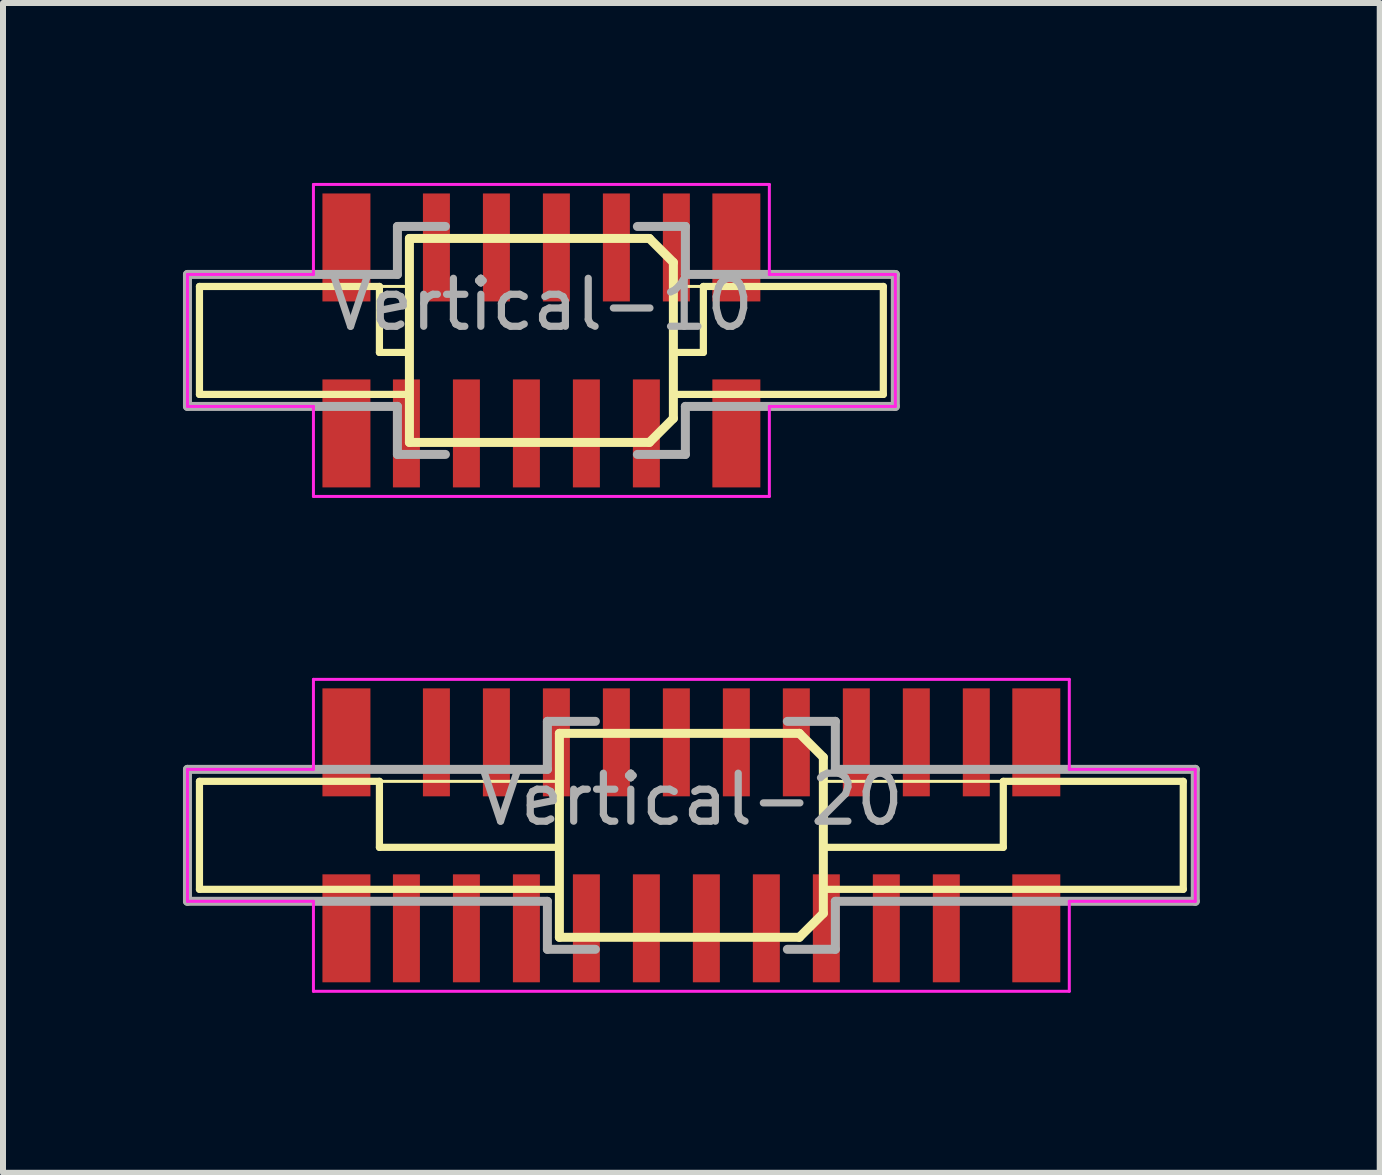
<source format=kicad_pcb>
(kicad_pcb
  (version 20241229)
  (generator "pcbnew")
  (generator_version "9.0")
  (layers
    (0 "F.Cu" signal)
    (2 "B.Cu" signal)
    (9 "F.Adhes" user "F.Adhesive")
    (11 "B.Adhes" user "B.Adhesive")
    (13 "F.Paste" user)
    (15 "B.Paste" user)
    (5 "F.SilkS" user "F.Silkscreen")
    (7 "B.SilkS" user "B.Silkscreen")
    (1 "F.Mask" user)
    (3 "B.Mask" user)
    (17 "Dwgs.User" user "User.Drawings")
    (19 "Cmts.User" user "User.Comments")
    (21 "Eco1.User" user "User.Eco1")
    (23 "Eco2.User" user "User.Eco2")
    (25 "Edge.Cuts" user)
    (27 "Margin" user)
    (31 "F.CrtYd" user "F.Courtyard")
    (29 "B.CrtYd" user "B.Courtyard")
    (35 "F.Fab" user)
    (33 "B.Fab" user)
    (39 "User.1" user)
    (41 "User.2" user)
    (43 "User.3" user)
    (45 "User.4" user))
  (footprint "Vertical-20"
    (layer "F.Cu")
    (at 8.475 10.875)
    (property "Reference" "Vertical-20" (at 0 -0.6 0) (layer "F.Fab") (effects (font (size 0.8 0.8) (thickness 0.12))))
    (attr through_hole)
    (fp_line (start -8.2 -0.9) (end -8.2 0.9) (stroke (width 0.12) (type solid)) (layer "F.SilkS"))
    (fp_line (start -8.2 -0.9) (end -5.2 -0.9) (stroke (width 0.12) (type solid)) (layer "F.SilkS"))
    (fp_line (start -8.2 0.9) (end -2.2 0.9) (stroke (width 0.12) (type solid)) (layer "F.SilkS"))
    (fp_line (start -5.2 -0.9) (end -5.2 0.2) (stroke (width 0.12) (type solid)) (layer "F.SilkS"))
    (fp_line (start -5.2 -0.9) (end -2.2 -0.9) (stroke (width 0.05) (type solid)) (layer "F.SilkS"))
    (fp_line (start -5.2 0.2) (end -2.2 0.2) (stroke (width 0.12) (type solid)) (layer "F.SilkS"))
    (fp_line (start -2.2 1.7) (end -2.2 -1.7) (stroke (width 0.15) (type solid)) (layer "F.SilkS"))
    (fp_line (start 1.8 -1.7) (end -2.2 -1.7) (stroke (width 0.15) (type solid)) (layer "F.SilkS"))
    (fp_line (start 1.8 1.7) (end -2.2 1.7) (stroke (width 0.15) (type solid)) (layer "F.SilkS"))
    (fp_line (start 2.2 -1.3) (end 1.8 -1.7) (stroke (width 0.15) (type solid)) (layer "F.SilkS"))
    (fp_line (start 2.2 -0.9) (end 5.2 -0.9) (stroke (width 0.05) (type solid)) (layer "F.SilkS"))
    (fp_line (start 2.2 0.2) (end 5.2 0.2) (stroke (width 0.12) (type solid)) (layer "F.SilkS"))
    (fp_line (start 2.2 0.9) (end 8.2 0.9) (stroke (width 0.12) (type solid)) (layer "F.SilkS"))
    (fp_line (start 2.2 1.3) (end 1.8 1.7) (stroke (width 0.15) (type solid)) (layer "F.SilkS"))
    (fp_line (start 2.2 1.3) (end 2.2 -1.3) (stroke (width 0.15) (type solid)) (layer "F.SilkS"))
    (fp_line (start 5.2 -0.9) (end 5.2 0.2) (stroke (width 0.12) (type solid)) (layer "F.SilkS"))
    (fp_line (start 5.2 -0.9) (end 8.2 -0.9) (stroke (width 0.12) (type solid)) (layer "F.SilkS"))
    (fp_line (start 8.2 -0.9) (end 8.2 0.9) (stroke (width 0.12) (type solid)) (layer "F.SilkS"))
    (fp_line (start -8.4 1.1) (end -8.4 -1.1) (stroke (width 0.05) (type solid)) (layer "F.CrtYd"))
    (fp_line (start -6.3 -2.6) (end -6.3 -1.1) (stroke (width 0.05) (type solid)) (layer "F.CrtYd"))
    (fp_line (start -6.3 -2.6) (end 6.3 -2.6) (stroke (width 0.05) (type solid)) (layer "F.CrtYd"))
    (fp_line (start -6.3 -1.1) (end -8.4 -1.1) (stroke (width 0.05) (type solid)) (layer "F.CrtYd"))
    (fp_line (start -6.3 1.1) (end -8.4 1.1) (stroke (width 0.05) (type solid)) (layer "F.CrtYd"))
    (fp_line (start -6.3 1.1) (end -6.3 2.6) (stroke (width 0.05) (type solid)) (layer "F.CrtYd"))
    (fp_line (start -6.3 2.6) (end 6.3 2.6) (stroke (width 0.05) (type solid)) (layer "F.CrtYd"))
    (fp_line (start 6.3 -1.1) (end 6.3 -2.6) (stroke (width 0.05) (type solid)) (layer "F.CrtYd"))
    (fp_line (start 6.3 1.1) (end 6.3 2.6) (stroke (width 0.05) (type solid)) (layer "F.CrtYd"))
    (fp_line (start 8.4 -1.1) (end 6.3 -1.1) (stroke (width 0.05) (type solid)) (layer "F.CrtYd"))
    (fp_line (start 8.4 -1.1) (end 8.4 1.1) (stroke (width 0.05) (type solid)) (layer "F.CrtYd"))
    (fp_line (start 8.4 1.1) (end 6.3 1.1) (stroke (width 0.05) (type solid)) (layer "F.CrtYd"))
    (fp_line (start -8.4 -1.1) (end -2.4 -1.1) (stroke (width 0.15) (type solid)) (layer "F.Fab"))
    (fp_line (start -8.4 1.1) (end -8.4 -1.1) (stroke (width 0.15) (type solid)) (layer "F.Fab"))
    (fp_line (start -8.4 1.1) (end -2.4 1.1) (stroke (width 0.15) (type solid)) (layer "F.Fab"))
    (fp_line (start -2.4 -1.9) (end -2.4 -1.1) (stroke (width 0.15) (type solid)) (layer "F.Fab"))
    (fp_line (start -2.4 1.1) (end -2.4 1.9) (stroke (width 0.15) (type solid)) (layer "F.Fab"))
    (fp_line (start -1.6 -1.9) (end -2.4 -1.9) (stroke (width 0.15) (type solid)) (layer "F.Fab"))
    (fp_line (start -1.6 1.9) (end -2.4 1.9) (stroke (width 0.15) (type solid)) (layer "F.Fab"))
    (fp_line (start 2.4 -1.9) (end 1.6 -1.9) (stroke (width 0.15) (type solid)) (layer "F.Fab"))
    (fp_line (start 2.4 -1.9) (end 2.4 -1.1) (stroke (width 0.15) (type solid)) (layer "F.Fab"))
    (fp_line (start 2.4 -1.1) (end 8.4 -1.1) (stroke (width 0.15) (type solid)) (layer "F.Fab"))
    (fp_line (start 2.4 1.1) (end 2.4 1.9) (stroke (width 0.15) (type solid)) (layer "F.Fab"))
    (fp_line (start 2.4 1.1) (end 8.4 1.1) (stroke (width 0.15) (type solid)) (layer "F.Fab"))
    (fp_line (start 2.4 1.9) (end 1.6 1.9) (stroke (width 0.15) (type solid)) (layer "F.Fab"))
    (fp_line (start 8.4 1.1) (end 8.4 -1.1) (stroke (width 0.15) (type solid)) (layer "F.Fab"))
    (pad "0" smd rect (at -5.75 -1.55) (size 0.8 1.8) (layers "F.Cu" "F.Mask" "F.Paste"))
    (pad "0" smd rect (at -5.75 1.55) (size 0.8 1.8) (layers "F.Cu" "F.Mask" "F.Paste"))
    (pad "0" smd rect (at 5.75 -1.55) (size 0.8 1.8) (layers "F.Cu" "F.Mask" "F.Paste"))
    (pad "0" smd rect (at 5.75 1.55) (size 0.8 1.8) (layers "F.Cu" "F.Mask" "F.Paste"))
    (pad "1" smd rect (at -4.75 1.55) (size 0.45 1.8) (layers "F.Cu" "F.Mask" "F.Paste"))
    (pad "2" smd rect (at -4.25 -1.55) (size 0.45 1.8) (layers "F.Cu" "F.Mask" "F.Paste"))
    (pad "3" smd rect (at -3.75 1.55) (size 0.45 1.8) (layers "F.Cu" "F.Mask" "F.Paste"))
    (pad "4" smd rect (at -3.25 -1.55) (size 0.45 1.8) (layers "F.Cu" "F.Mask" "F.Paste"))
    (pad "5" smd rect (at -2.75 1.55) (size 0.45 1.8) (layers "F.Cu" "F.Mask" "F.Paste"))
    (pad "6" smd rect (at -2.25 -1.55) (size 0.45 1.8) (layers "F.Cu" "F.Mask" "F.Paste"))
    (pad "7" smd rect (at -1.75 1.55) (size 0.45 1.8) (layers "F.Cu" "F.Mask" "F.Paste"))
    (pad "8" smd rect (at -1.25 -1.55) (size 0.45 1.8) (layers "F.Cu" "F.Mask" "F.Paste"))
    (pad "9" smd rect (at -0.75 1.55) (size 0.45 1.8) (layers "F.Cu" "F.Mask" "F.Paste"))
    (pad "10" smd rect (at -0.25 -1.55) (size 0.45 1.8) (layers "F.Cu" "F.Mask" "F.Paste"))
    (pad "11" smd rect (at 0.25 1.55) (size 0.45 1.8) (layers "F.Cu" "F.Mask" "F.Paste"))
    (pad "12" smd rect (at 0.75 -1.55) (size 0.45 1.8) (layers "F.Cu" "F.Mask" "F.Paste"))
    (pad "13" smd rect (at 1.25 1.55) (size 0.45 1.8) (layers "F.Cu" "F.Mask" "F.Paste"))
    (pad "14" smd rect (at 1.75 -1.55) (size 0.45 1.8) (layers "F.Cu" "F.Mask" "F.Paste"))
    (pad "15" smd rect (at 2.25 1.55) (size 0.45 1.8) (layers "F.Cu" "F.Mask" "F.Paste"))
    (pad "16" smd rect (at 2.75 -1.55) (size 0.45 1.8) (layers "F.Cu" "F.Mask" "F.Paste"))
    (pad "17" smd rect (at 3.25 1.55) (size 0.45 1.8) (layers "F.Cu" "F.Mask" "F.Paste"))
    (pad "18" smd rect (at 3.75 -1.55) (size 0.45 1.8) (layers "F.Cu" "F.Mask" "F.Paste"))
    (pad "19" smd rect (at 4.25 1.55) (size 0.45 1.8) (layers "F.Cu" "F.Mask" "F.Paste"))
    (pad "20" smd rect (at 4.75 -1.55) (size 0.45 1.8) (layers "F.Cu" "F.Mask" "F.Paste")))
  (footprint "Vertical-10"
    (layer "F.Cu")
    (at 5.975 2.625)
    (property "Reference" "Vertical-10" (at 0 -0.6 0) (layer "F.Fab") (effects (font (size 0.8 0.8) (thickness 0.12))))
    (attr through_hole)
    (fp_line (start -5.7 -0.9) (end -5.7 0.9) (stroke (width 0.12) (type solid)) (layer "F.SilkS"))
    (fp_line (start -5.7 -0.9) (end -2.7 -0.9) (stroke (width 0.12) (type solid)) (layer "F.SilkS"))
    (fp_line (start -5.7 0.9) (end -2.2 0.9) (stroke (width 0.12) (type solid)) (layer "F.SilkS"))
    (fp_line (start -2.7 -0.9) (end -2.7 0.2) (stroke (width 0.12) (type solid)) (layer "F.SilkS"))
    (fp_line (start -2.7 -0.9) (end -2.2 -0.9) (stroke (width 0.05) (type solid)) (layer "F.SilkS"))
    (fp_line (start -2.7 0.2) (end -2.2 0.2) (stroke (width 0.12) (type solid)) (layer "F.SilkS"))
    (fp_line (start -2.2 1.7) (end -2.2 -1.7) (stroke (width 0.15) (type solid)) (layer "F.SilkS"))
    (fp_line (start 1.8 -1.7) (end -2.2 -1.7) (stroke (width 0.15) (type solid)) (layer "F.SilkS"))
    (fp_line (start 1.8 1.7) (end -2.2 1.7) (stroke (width 0.15) (type solid)) (layer "F.SilkS"))
    (fp_line (start 2.2 -1.3) (end 1.8 -1.7) (stroke (width 0.15) (type solid)) (layer "F.SilkS"))
    (fp_line (start 2.2 -0.9) (end 2.7 -0.9) (stroke (width 0.05) (type solid)) (layer "F.SilkS"))
    (fp_line (start 2.2 0.2) (end 2.7 0.2) (stroke (width 0.12) (type solid)) (layer "F.SilkS"))
    (fp_line (start 2.2 0.9) (end 5.7 0.9) (stroke (width 0.12) (type solid)) (layer "F.SilkS"))
    (fp_line (start 2.2 1.3) (end 1.8 1.7) (stroke (width 0.15) (type solid)) (layer "F.SilkS"))
    (fp_line (start 2.2 1.3) (end 2.2 -1.3) (stroke (width 0.15) (type solid)) (layer "F.SilkS"))
    (fp_line (start 2.7 -0.9) (end 2.7 0.2) (stroke (width 0.12) (type solid)) (layer "F.SilkS"))
    (fp_line (start 2.7 -0.9) (end 5.7 -0.9) (stroke (width 0.12) (type solid)) (layer "F.SilkS"))
    (fp_line (start 5.7 -0.9) (end 5.7 0.9) (stroke (width 0.12) (type solid)) (layer "F.SilkS"))
    (fp_line (start -5.9 1.1) (end -5.9 -1.1) (stroke (width 0.05) (type solid)) (layer "F.CrtYd"))
    (fp_line (start -3.8 -2.6) (end -3.8 -1.1) (stroke (width 0.05) (type solid)) (layer "F.CrtYd"))
    (fp_line (start -3.8 -2.6) (end 3.8 -2.6) (stroke (width 0.05) (type solid)) (layer "F.CrtYd"))
    (fp_line (start -3.8 -1.1) (end -5.9 -1.1) (stroke (width 0.05) (type solid)) (layer "F.CrtYd"))
    (fp_line (start -3.8 1.1) (end -5.9 1.1) (stroke (width 0.05) (type solid)) (layer "F.CrtYd"))
    (fp_line (start -3.8 1.1) (end -3.8 2.6) (stroke (width 0.05) (type solid)) (layer "F.CrtYd"))
    (fp_line (start -3.8 2.6) (end 3.8 2.6) (stroke (width 0.05) (type solid)) (layer "F.CrtYd"))
    (fp_line (start 3.8 -1.1) (end 3.8 -2.6) (stroke (width 0.05) (type solid)) (layer "F.CrtYd"))
    (fp_line (start 3.8 1.1) (end 3.8 2.6) (stroke (width 0.05) (type solid)) (layer "F.CrtYd"))
    (fp_line (start 5.9 -1.1) (end 3.8 -1.1) (stroke (width 0.05) (type solid)) (layer "F.CrtYd"))
    (fp_line (start 5.9 -1.1) (end 5.9 1.1) (stroke (width 0.05) (type solid)) (layer "F.CrtYd"))
    (fp_line (start 5.9 1.1) (end 3.8 1.1) (stroke (width 0.05) (type solid)) (layer "F.CrtYd"))
    (fp_line (start -5.9 -1.1) (end -2.4 -1.1) (stroke (width 0.15) (type solid)) (layer "F.Fab"))
    (fp_line (start -5.9 1.1) (end -5.9 -1.1) (stroke (width 0.15) (type solid)) (layer "F.Fab"))
    (fp_line (start -5.9 1.1) (end -2.4 1.1) (stroke (width 0.15) (type solid)) (layer "F.Fab"))
    (fp_line (start -2.4 -1.9) (end -2.4 -1.1) (stroke (width 0.15) (type solid)) (layer "F.Fab"))
    (fp_line (start -2.4 1.1) (end -2.4 1.9) (stroke (width 0.15) (type solid)) (layer "F.Fab"))
    (fp_line (start -1.6 -1.9) (end -2.4 -1.9) (stroke (width 0.15) (type solid)) (layer "F.Fab"))
    (fp_line (start -1.6 1.9) (end -2.4 1.9) (stroke (width 0.15) (type solid)) (layer "F.Fab"))
    (fp_line (start 2.4 -1.9) (end 1.6 -1.9) (stroke (width 0.15) (type solid)) (layer "F.Fab"))
    (fp_line (start 2.4 -1.9) (end 2.4 -1.1) (stroke (width 0.15) (type solid)) (layer "F.Fab"))
    (fp_line (start 2.4 -1.1) (end 5.9 -1.1) (stroke (width 0.15) (type solid)) (layer "F.Fab"))
    (fp_line (start 2.4 1.1) (end 2.4 1.9) (stroke (width 0.15) (type solid)) (layer "F.Fab"))
    (fp_line (start 2.4 1.1) (end 5.9 1.1) (stroke (width 0.15) (type solid)) (layer "F.Fab"))
    (fp_line (start 2.4 1.9) (end 1.6 1.9) (stroke (width 0.15) (type solid)) (layer "F.Fab"))
    (fp_line (start 5.9 1.1) (end 5.9 -1.1) (stroke (width 0.15) (type solid)) (layer "F.Fab"))
    (pad "0" smd rect (at -3.25 -1.55) (size 0.8 1.8) (layers "F.Cu" "F.Mask" "F.Paste"))
    (pad "0" smd rect (at -3.25 1.55) (size 0.8 1.8) (layers "F.Cu" "F.Mask" "F.Paste"))
    (pad "0" smd rect (at 3.25 -1.55) (size 0.8 1.8) (layers "F.Cu" "F.Mask" "F.Paste"))
    (pad "0" smd rect (at 3.25 1.55) (size 0.8 1.8) (layers "F.Cu" "F.Mask" "F.Paste"))
    (pad "1" smd rect (at -2.25 1.55) (size 0.45 1.8) (layers "F.Cu" "F.Mask" "F.Paste"))
    (pad "2" smd rect (at -1.75 -1.55) (size 0.45 1.8) (layers "F.Cu" "F.Mask" "F.Paste"))
    (pad "3" smd rect (at -1.25 1.55) (size 0.45 1.8) (layers "F.Cu" "F.Mask" "F.Paste"))
    (pad "4" smd rect (at -0.75 -1.55) (size 0.45 1.8) (layers "F.Cu" "F.Mask" "F.Paste"))
    (pad "5" smd rect (at -0.25 1.55) (size 0.45 1.8) (layers "F.Cu" "F.Mask" "F.Paste"))
    (pad "6" smd rect (at 0.25 -1.55) (size 0.45 1.8) (layers "F.Cu" "F.Mask" "F.Paste"))
    (pad "7" smd rect (at 0.75 1.55) (size 0.45 1.8) (layers "F.Cu" "F.Mask" "F.Paste"))
    (pad "8" smd rect (at 1.25 -1.55) (size 0.45 1.8) (layers "F.Cu" "F.Mask" "F.Paste"))
    (pad "9" smd rect (at 1.75 1.55) (size 0.45 1.8) (layers "F.Cu" "F.Mask" "F.Paste"))
    (pad "10" smd rect (at 2.25 -1.55) (size 0.45 1.8) (layers "F.Cu" "F.Mask" "F.Paste")))
  (gr_rect
    (start -3 -3)
    (end 19.95 16.5)
    (stroke (width 0.1) (type default))
    (fill no)
    (layer "Edge.Cuts")))
</source>
